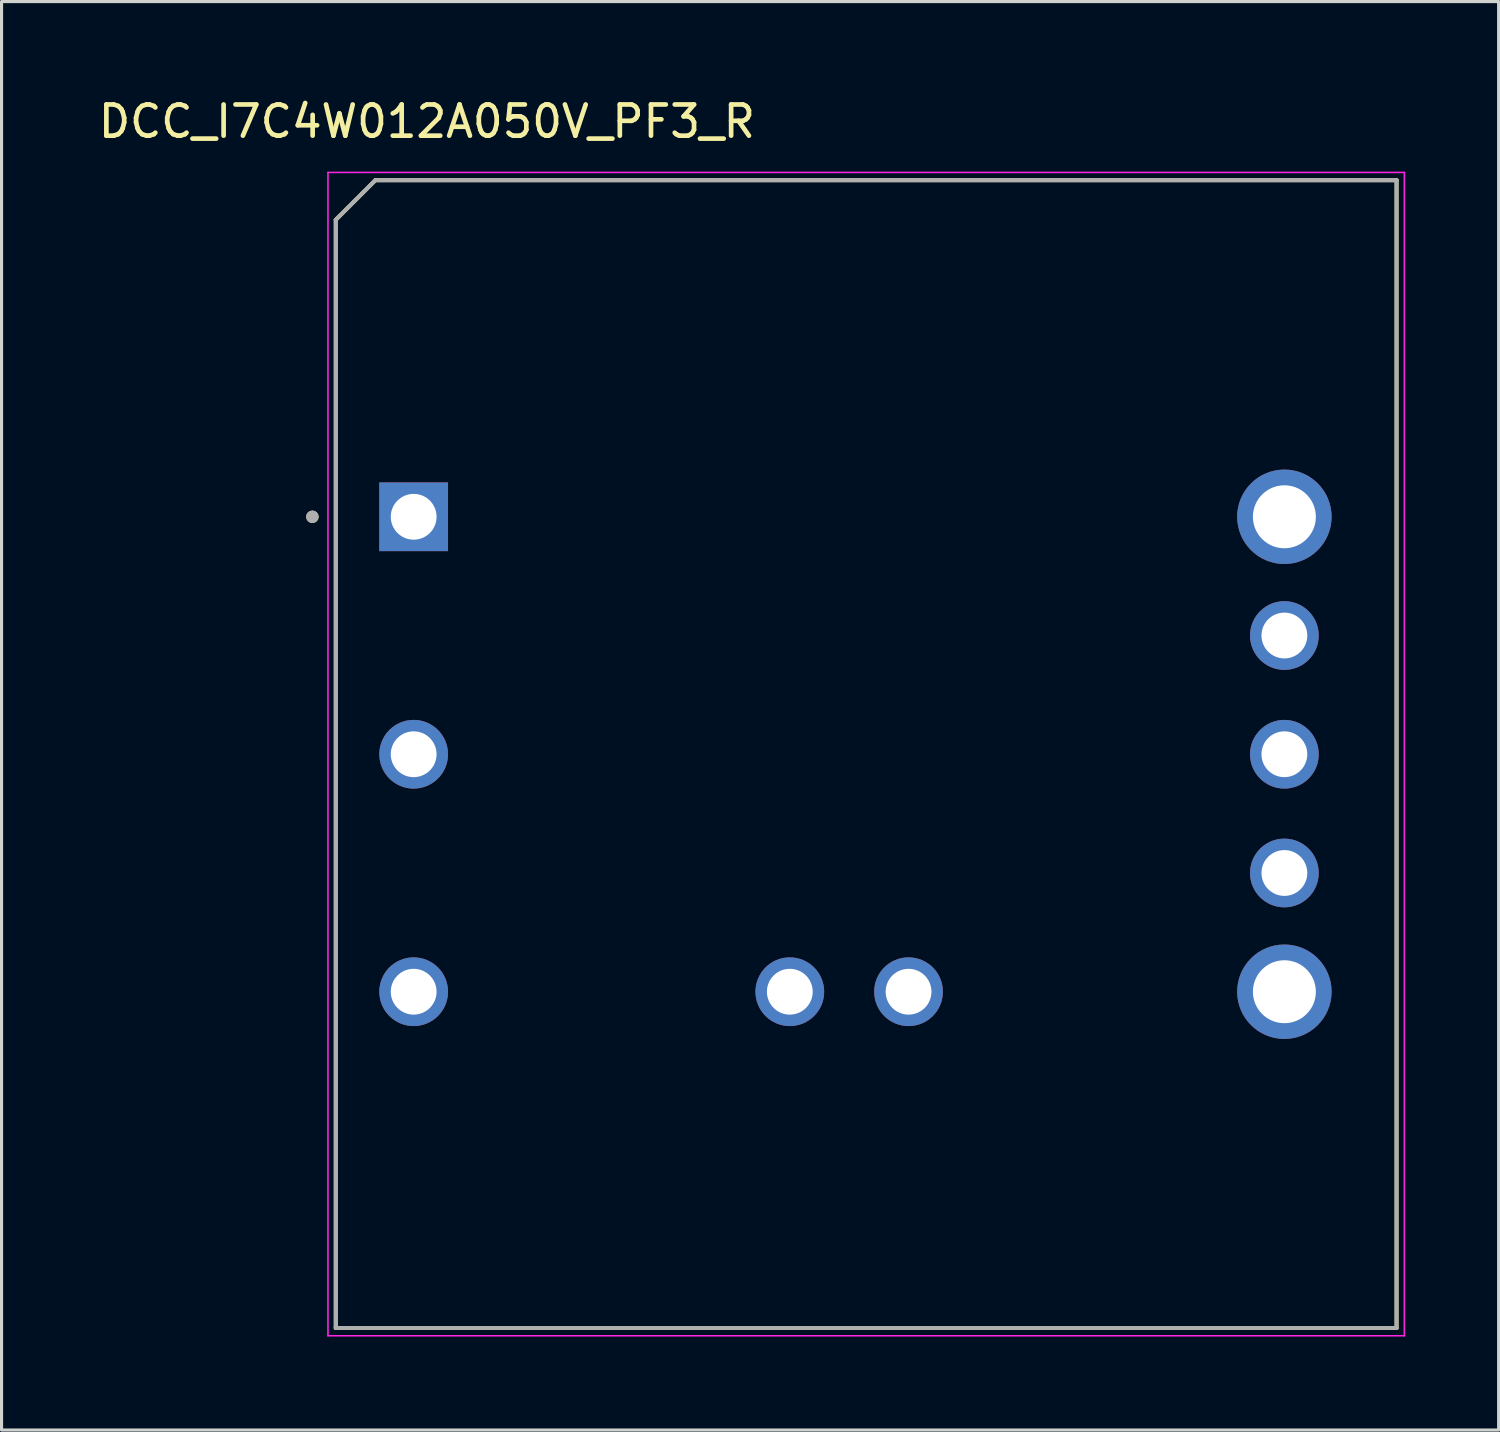
<source format=kicad_pcb>
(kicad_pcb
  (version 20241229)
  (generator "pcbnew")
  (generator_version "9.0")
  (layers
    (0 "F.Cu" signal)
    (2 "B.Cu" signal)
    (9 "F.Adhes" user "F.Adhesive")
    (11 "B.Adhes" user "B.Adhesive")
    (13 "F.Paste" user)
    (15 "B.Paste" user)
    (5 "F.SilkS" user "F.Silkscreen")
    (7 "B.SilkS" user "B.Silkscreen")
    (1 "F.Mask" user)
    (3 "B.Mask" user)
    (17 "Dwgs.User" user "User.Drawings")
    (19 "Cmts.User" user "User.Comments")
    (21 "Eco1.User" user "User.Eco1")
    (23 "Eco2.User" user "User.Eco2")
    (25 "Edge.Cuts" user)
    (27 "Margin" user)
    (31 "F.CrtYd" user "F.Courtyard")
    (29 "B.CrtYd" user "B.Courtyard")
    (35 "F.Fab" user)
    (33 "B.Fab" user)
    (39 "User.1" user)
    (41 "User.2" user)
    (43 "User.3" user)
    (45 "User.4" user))
  (footprint "DCC_I7C4W012A050V_PF3_R"
    (layer "F.Cu")
    (at 24.194 21.148)
    (property "Reference" "DCC_I7C4W012A050V_PF3_R" (at -13.545 -20.3 0) (layer "F.SilkS") (effects (font (size 1 1) (thickness 0.15))))
    (attr through_hole)
    (fp_line (start -16.47 -17.145) (end -15.2 -18.415) (stroke (width 0.127) (type solid)) (layer "F.SilkS"))
    (fp_line (start -16.47 18.415) (end -16.47 -17.145) (stroke (width 0.127) (type solid)) (layer "F.SilkS"))
    (fp_line (start -15.2 -18.415) (end 17.57 -18.415) (stroke (width 0.127) (type solid)) (layer "F.SilkS"))
    (fp_line (start 17.57 -18.415) (end 17.57 18.415) (stroke (width 0.127) (type solid)) (layer "F.SilkS"))
    (fp_line (start 17.57 18.415) (end -16.47 18.415) (stroke (width 0.127) (type solid)) (layer "F.SilkS"))
    (fp_circle (center -17.22 -7.615) (end -17.12 -7.615) (stroke (width 0.2) (type solid)) (fill no) (layer "F.SilkS"))
    (fp_line (start -16.72 -18.665) (end -16.72 18.665) (stroke (width 0.05) (type solid)) (layer "F.CrtYd"))
    (fp_line (start -16.72 18.665) (end 17.82 18.665) (stroke (width 0.05) (type solid)) (layer "F.CrtYd"))
    (fp_line (start 17.82 -18.665) (end -16.72 -18.665) (stroke (width 0.05) (type solid)) (layer "F.CrtYd"))
    (fp_line (start 17.82 18.665) (end 17.82 -18.665) (stroke (width 0.05) (type solid)) (layer "F.CrtYd"))
    (fp_line (start -16.47 -17.145) (end -15.2 -18.415) (stroke (width 0.127) (type solid)) (layer "F.Fab"))
    (fp_line (start -16.47 18.415) (end -16.47 -17.145) (stroke (width 0.127) (type solid)) (layer "F.Fab"))
    (fp_line (start -15.2 -18.415) (end 17.57 -18.415) (stroke (width 0.127) (type solid)) (layer "F.Fab"))
    (fp_line (start 17.57 -18.415) (end 17.57 18.415) (stroke (width 0.127) (type solid)) (layer "F.Fab"))
    (fp_line (start 17.57 18.415) (end -16.47 18.415) (stroke (width 0.127) (type solid)) (layer "F.Fab"))
    (fp_circle (center -17.22 -7.615) (end -17.12 -7.615) (stroke (width 0.2) (type solid)) (fill no) (layer "F.Fab"))
    (pad "1" thru_hole rect (at -13.97 -7.615) (size 2.205 2.205) (drill 1.47) (layers "*.Cu" "*.Mask"))
    (pad "2" thru_hole circle (at -13.97 0.005) (size 2.205 2.205) (drill 1.47) (layers "*.Cu" "*.Mask"))
    (pad "3" thru_hole circle (at -13.97 7.625) (size 2.205 2.205) (drill 1.47) (layers "*.Cu" "*.Mask"))
    (pad "4" thru_hole circle (at 13.97 7.625) (size 3.03 3.03) (drill 2.02) (layers "*.Cu" "*.Mask"))
    (pad "5" thru_hole circle (at 13.97 3.815) (size 2.205 2.205) (drill 1.47) (layers "*.Cu" "*.Mask"))
    (pad "6" thru_hole circle (at 13.97 0.005) (size 2.205 2.205) (drill 1.47) (layers "*.Cu" "*.Mask"))
    (pad "7" thru_hole circle (at 13.97 -3.805) (size 2.205 2.205) (drill 1.47) (layers "*.Cu" "*.Mask"))
    (pad "8" thru_hole circle (at 13.97 -7.615) (size 3.03 3.03) (drill 2.02) (layers "*.Cu" "*.Mask"))
    (pad "32" thru_hole circle (at -1.9 7.625) (size 2.205 2.205) (drill 1.47) (layers "*.Cu" "*.Mask"))
    (pad "34" thru_hole circle (at 1.91 7.625) (size 2.205 2.205) (drill 1.47) (layers "*.Cu" "*.Mask")))
  (gr_rect
    (start -3 -3)
    (end 45.039 42.838)
    (stroke (width 0.1) (type default))
    (fill no)
    (layer "Edge.Cuts")))
</source>
